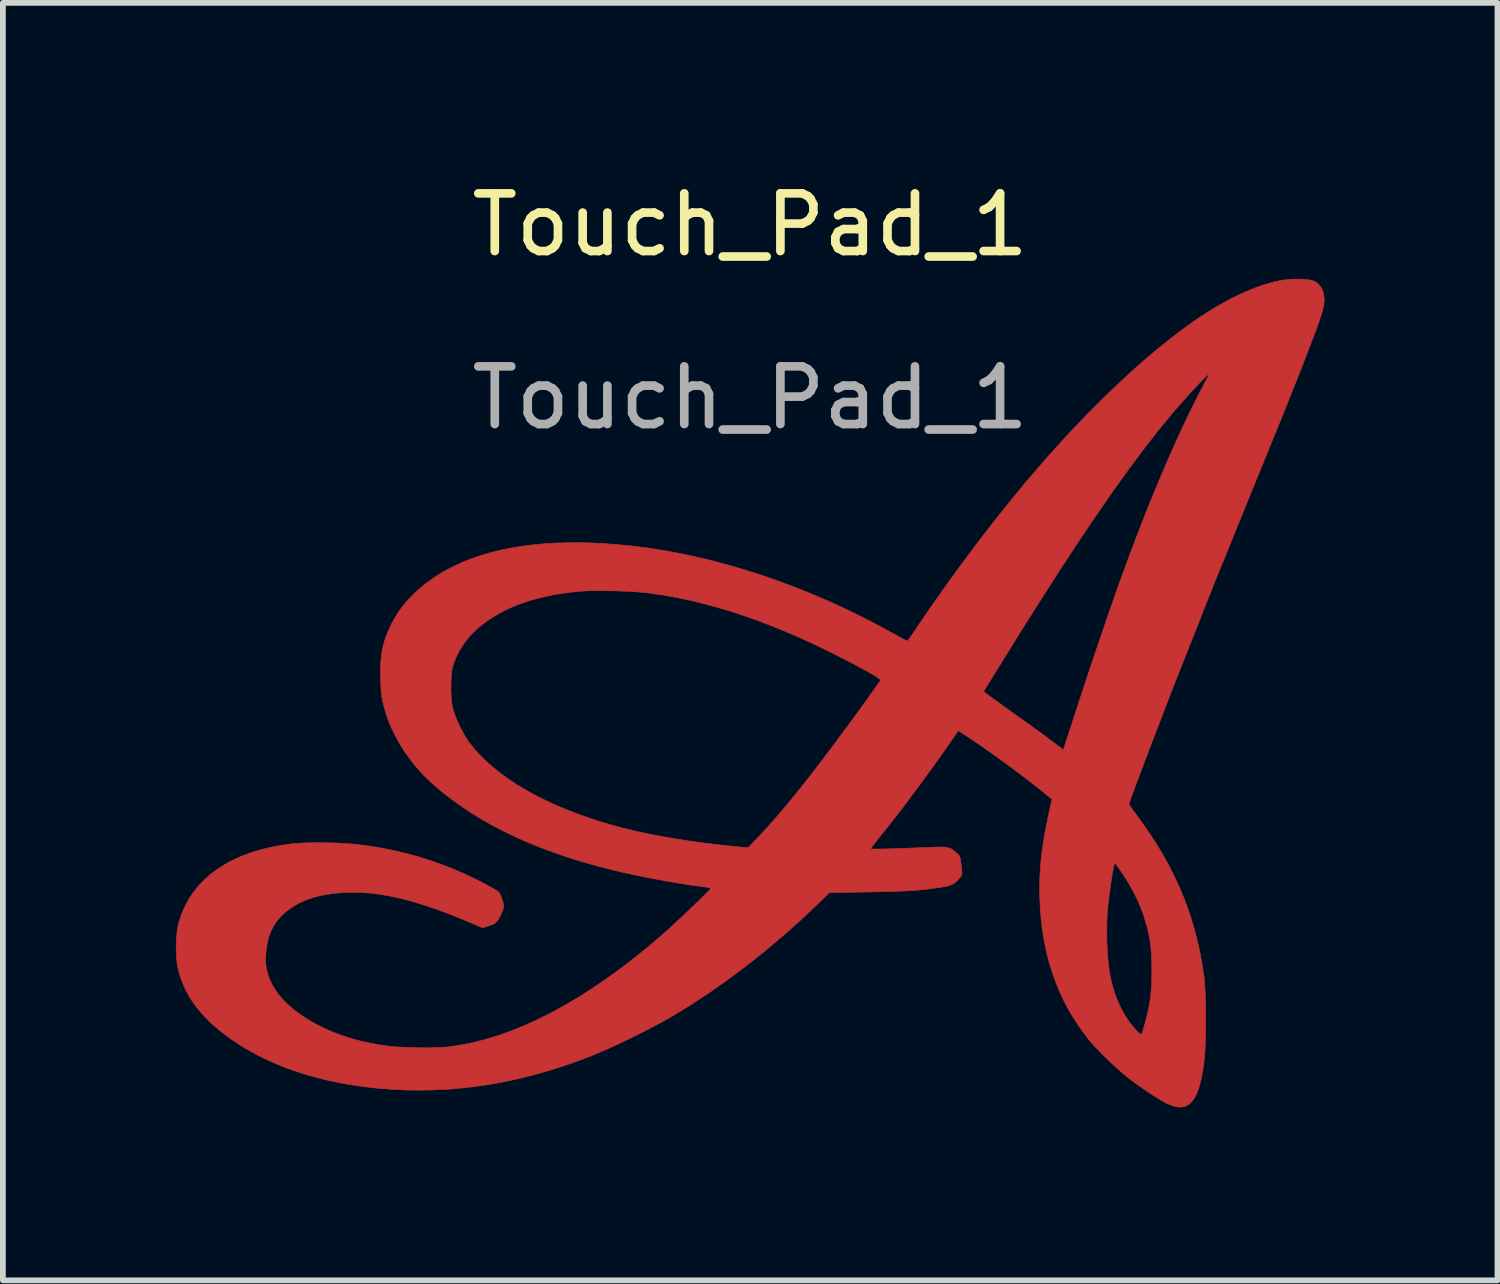
<source format=kicad_pcb>
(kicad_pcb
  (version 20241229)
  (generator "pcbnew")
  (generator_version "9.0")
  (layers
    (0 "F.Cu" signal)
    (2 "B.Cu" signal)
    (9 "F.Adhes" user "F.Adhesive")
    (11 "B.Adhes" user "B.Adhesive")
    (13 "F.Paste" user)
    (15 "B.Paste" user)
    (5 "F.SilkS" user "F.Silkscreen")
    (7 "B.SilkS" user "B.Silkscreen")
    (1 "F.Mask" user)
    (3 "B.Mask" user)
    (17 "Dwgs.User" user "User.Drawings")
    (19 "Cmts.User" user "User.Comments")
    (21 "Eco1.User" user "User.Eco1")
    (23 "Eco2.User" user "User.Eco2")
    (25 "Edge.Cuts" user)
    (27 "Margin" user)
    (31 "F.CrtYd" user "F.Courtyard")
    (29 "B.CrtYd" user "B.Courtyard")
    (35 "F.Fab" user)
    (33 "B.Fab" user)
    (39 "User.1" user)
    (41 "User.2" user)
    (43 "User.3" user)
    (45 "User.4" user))
  (footprint "Touch_Pad_1"
    (layer "F.Cu")
    (at 9.958 1.348)
    (property "Reference" "Touch_Pad_1" (at 0 -0.5 0) (unlocked yes) (layer "F.SilkS") (effects (font (size 1 1) (thickness 0.15))))
    (attr smd)
    (fp_poly (pts (xy 9.555 0.443) (xy 9.597 0.445) (xy 9.637 0.448) (xy 9.674 0.453) (xy 9.707 0.458) (xy 9.737 0.465) (xy 9.763 0.472) (xy 9.784 0.481) (xy 9.799 0.489) (xy 9.812 0.497) (xy 9.826 0.506) (xy 9.838 0.516) (xy 9.85 0.527) (xy 9.861 0.538) (xy 9.872 0.549) (xy 9.882 0.562) (xy 9.9 0.588) (xy 9.916 0.617) (xy 9.929 0.648) (xy 9.939 0.682) (xy 9.946 0.717) (xy 9.951 0.754) (xy 9.953 0.792) (xy 9.952 0.832) (xy 9.948 0.874) (xy 9.942 0.916) (xy 9.932 0.96) (xy 9.92 1.005) (xy 9.871 1.157) (xy 9.796 1.365) (xy 9.571 1.954) (xy 9.24 2.783) (xy 8.8 3.861) (xy 8.03 5.757) (xy 7.339 7.503) (xy 7.069 8.203) (xy 6.821 8.855) (xy 6.639 9.341) (xy 6.587 9.485) (xy 6.569 9.542) (xy 6.569 9.545) (xy 6.571 9.55) (xy 6.579 9.564) (xy 6.591 9.583) (xy 6.608 9.608) (xy 6.628 9.637) (xy 6.65 9.669) (xy 6.676 9.703) (xy 6.703 9.74) (xy 6.824 9.906) (xy 6.938 10.073) (xy 7.045 10.239) (xy 7.146 10.406) (xy 7.24 10.573) (xy 7.327 10.741) (xy 7.408 10.911) (xy 7.483 11.081) (xy 7.551 11.254) (xy 7.614 11.429) (xy 7.67 11.606) (xy 7.721 11.785) (xy 7.766 11.968) (xy 7.806 12.154) (xy 7.84 12.343) (xy 7.869 12.536) (xy 7.882 12.676) (xy 7.892 12.857) (xy 7.898 13.064) (xy 7.899 13.285) (xy 7.897 13.506) (xy 7.891 13.714) (xy 7.881 13.896) (xy 7.867 14.038) (xy 7.849 14.16) (xy 7.829 14.271) (xy 7.818 14.322) (xy 7.806 14.37) (xy 7.794 14.416) (xy 7.781 14.459) (xy 7.767 14.499) (xy 7.753 14.537) (xy 7.738 14.572) (xy 7.723 14.604) (xy 7.706 14.634) (xy 7.689 14.662) (xy 7.671 14.686) (xy 7.652 14.708) (xy 7.633 14.728) (xy 7.612 14.745) (xy 7.591 14.76) (xy 7.569 14.772) (xy 7.546 14.782) (xy 7.522 14.79) (xy 7.497 14.795) (xy 7.472 14.798) (xy 7.445 14.798) (xy 7.417 14.796) (xy 7.389 14.792) (xy 7.359 14.785) (xy 7.328 14.777) (xy 7.297 14.766) (xy 7.264 14.752) (xy 7.23 14.737) (xy 7.2 14.722) (xy 7.165 14.703) (xy 7.087 14.658) (xy 6.998 14.602) (xy 6.902 14.54) (xy 6.804 14.473) (xy 6.707 14.405) (xy 6.616 14.337) (xy 6.533 14.273) (xy 6.451 14.204) (xy 6.361 14.124) (xy 6.267 14.038) (xy 6.174 13.948) (xy 6.084 13.859) (xy 6 13.772) (xy 5.927 13.693) (xy 5.896 13.657) (xy 5.868 13.624) (xy 5.77 13.496) (xy 5.679 13.365) (xy 5.593 13.231) (xy 5.513 13.094) (xy 5.439 12.953) (xy 5.371 12.81) (xy 5.31 12.662) (xy 5.254 12.512) (xy 5.204 12.357) (xy 5.16 12.2) (xy 5.122 12.039) (xy 5.09 11.874) (xy 5.077 11.791) (xy 6.183 11.791) (xy 6.186 11.942) (xy 6.193 12.091) (xy 6.203 12.231) (xy 6.216 12.359) (xy 6.232 12.469) (xy 6.244 12.532) (xy 6.257 12.595) (xy 6.272 12.657) (xy 6.289 12.719) (xy 6.307 12.779) (xy 6.327 12.838) (xy 6.348 12.896) (xy 6.37 12.952) (xy 6.394 13.007) (xy 6.419 13.061) (xy 6.445 13.113) (xy 6.472 13.163) (xy 6.501 13.212) (xy 6.531 13.259) (xy 6.561 13.304) (xy 6.593 13.347) (xy 6.611 13.37) (xy 6.629 13.392) (xy 6.646 13.412) (xy 6.662 13.431) (xy 6.678 13.449) (xy 6.693 13.466) (xy 6.708 13.481) (xy 6.721 13.494) (xy 6.734 13.505) (xy 6.745 13.515) (xy 6.755 13.523) (xy 6.76 13.526) (xy 6.764 13.529) (xy 6.768 13.531) (xy 6.772 13.533) (xy 6.775 13.534) (xy 6.778 13.535) (xy 6.78 13.535) (xy 6.782 13.535) (xy 6.784 13.534) (xy 6.786 13.532) (xy 6.792 13.52) (xy 6.799 13.502) (xy 6.817 13.448) (xy 6.837 13.378) (xy 6.859 13.296) (xy 6.881 13.209) (xy 6.902 13.122) (xy 6.919 13.04) (xy 6.932 12.97) (xy 6.94 12.916) (xy 6.946 12.857) (xy 6.957 12.728) (xy 6.963 12.586) (xy 6.965 12.439) (xy 6.963 12.292) (xy 6.957 12.151) (xy 6.948 12.023) (xy 6.941 11.965) (xy 6.934 11.913) (xy 6.92 11.839) (xy 6.904 11.765) (xy 6.887 11.691) (xy 6.867 11.618) (xy 6.845 11.546) (xy 6.822 11.473) (xy 6.796 11.401) (xy 6.768 11.33) (xy 6.738 11.258) (xy 6.706 11.187) (xy 6.672 11.117) (xy 6.636 11.047) (xy 6.597 10.977) (xy 6.557 10.908) (xy 6.514 10.839) (xy 6.47 10.77) (xy 6.442 10.729) (xy 6.415 10.69) (xy 6.391 10.655) (xy 6.369 10.624) (xy 6.351 10.599) (xy 6.336 10.58) (xy 6.331 10.573) (xy 6.326 10.568) (xy 6.323 10.565) (xy 6.322 10.564) (xy 6.322 10.564) (xy 6.318 10.57) (xy 6.312 10.588) (xy 6.298 10.654) (xy 6.28 10.751) (xy 6.261 10.871) (xy 6.223 11.138) (xy 6.208 11.265) (xy 6.196 11.375) (xy 6.188 11.502) (xy 6.184 11.643) (xy 6.183 11.791) (xy 5.077 11.791) (xy 5.064 11.706) (xy 5.044 11.535) (xy 5.03 11.36) (xy 5.022 11.181) (xy 5.019 11.002) (xy 5.022 10.827) (xy 5.032 10.653) (xy 5.047 10.478) (xy 5.069 10.298) (xy 5.099 10.112) (xy 5.135 9.917) (xy 5.179 9.71) (xy 5.233 9.463) (xy 5.149 9.392) (xy 5.018 9.285) (xy 4.857 9.158) (xy 4.674 9.019) (xy 4.479 8.874) (xy 4.281 8.729) (xy 4.089 8.593) (xy 3.913 8.471) (xy 3.76 8.369) (xy 3.607 8.272) (xy 3.471 8.47) (xy 3.328 8.675) (xy 3.176 8.887) (xy 2.862 9.316) (xy 2.705 9.526) (xy 2.551 9.727) (xy 2.404 9.915) (xy 2.266 10.087) (xy 2.198 10.174) (xy 2.141 10.246) (xy 2.119 10.275) (xy 2.102 10.297) (xy 2.092 10.312) (xy 2.089 10.316) (xy 2.088 10.318) (xy 2.092 10.32) (xy 2.103 10.322) (xy 2.146 10.324) (xy 2.32 10.323) (xy 2.608 10.314) (xy 3.013 10.299) (xy 3.157 10.293) (xy 3.215 10.291) (xy 3.266 10.29) (xy 3.309 10.29) (xy 3.329 10.29) (xy 3.346 10.29) (xy 3.363 10.291) (xy 3.378 10.292) (xy 3.393 10.294) (xy 3.406 10.295) (xy 3.418 10.297) (xy 3.429 10.3) (xy 3.44 10.302) (xy 3.45 10.306) (xy 3.46 10.309) (xy 3.469 10.313) (xy 3.478 10.318) (xy 3.487 10.323) (xy 3.496 10.328) (xy 3.505 10.334) (xy 3.514 10.34) (xy 3.523 10.347) (xy 3.543 10.362) (xy 3.565 10.38) (xy 3.59 10.402) (xy 3.6 10.411) (xy 3.609 10.421) (xy 3.617 10.431) (xy 3.624 10.441) (xy 3.63 10.453) (xy 3.635 10.466) (xy 3.64 10.481) (xy 3.644 10.498) (xy 3.648 10.518) (xy 3.651 10.541) (xy 3.659 10.598) (xy 3.667 10.673) (xy 3.669 10.69) (xy 3.67 10.705) (xy 3.671 10.719) (xy 3.672 10.731) (xy 3.672 10.736) (xy 3.672 10.742) (xy 3.671 10.747) (xy 3.671 10.752) (xy 3.67 10.756) (xy 3.67 10.761) (xy 3.669 10.765) (xy 3.667 10.769) (xy 3.666 10.773) (xy 3.664 10.778) (xy 3.662 10.782) (xy 3.66 10.786) (xy 3.658 10.79) (xy 3.655 10.794) (xy 3.652 10.798) (xy 3.649 10.803) (xy 3.642 10.812) (xy 3.633 10.822) (xy 3.623 10.833) (xy 3.612 10.846) (xy 3.596 10.863) (xy 3.581 10.879) (xy 3.566 10.893) (xy 3.551 10.906) (xy 3.536 10.917) (xy 3.521 10.927) (xy 3.505 10.936) (xy 3.488 10.944) (xy 3.469 10.952) (xy 3.448 10.958) (xy 3.425 10.965) (xy 3.399 10.971) (xy 3.37 10.976) (xy 3.337 10.982) (xy 3.261 10.994) (xy 3.138 11.011) (xy 3.018 11.026) (xy 2.897 11.037) (xy 2.766 11.046) (xy 2.62 11.054) (xy 2.453 11.06) (xy 2.027 11.07) (xy 1.374 11.08) (xy 1.162 11.285) (xy 0.866 11.564) (xy 0.56 11.836) (xy 0.247 12.099) (xy -0.071 12.351) (xy -0.393 12.592) (xy -0.716 12.819) (xy -1.039 13.031) (xy -1.36 13.227) (xy -1.508 13.311) (xy -1.678 13.402) (xy -1.863 13.497) (xy -2.055 13.593) (xy -2.247 13.685) (xy -2.432 13.771) (xy -2.604 13.847) (xy -2.754 13.91) (xy -3.004 14.004) (xy -3.253 14.091) (xy -3.502 14.169) (xy -3.75 14.239) (xy -3.997 14.301) (xy -4.244 14.355) (xy -4.491 14.401) (xy -4.737 14.438) (xy -4.983 14.467) (xy -5.228 14.488) (xy -5.474 14.501) (xy -5.719 14.506) (xy -5.965 14.503) (xy -6.211 14.491) (xy -6.457 14.472) (xy -6.703 14.444) (xy -6.864 14.421) (xy -7.022 14.395) (xy -7.179 14.365) (xy -7.332 14.332) (xy -7.483 14.295) (xy -7.631 14.255) (xy -7.776 14.211) (xy -7.918 14.164) (xy -8.056 14.114) (xy -8.191 14.06) (xy -8.323 14.003) (xy -8.45 13.943) (xy -8.574 13.88) (xy -8.694 13.814) (xy -8.81 13.745) (xy -8.922 13.673) (xy -9.024 13.602) (xy -9.121 13.531) (xy -9.212 13.459) (xy -9.297 13.387) (xy -9.377 13.313) (xy -9.451 13.239) (xy -9.52 13.164) (xy -9.583 13.087) (xy -9.642 13.01) (xy -9.695 12.93) (xy -9.744 12.849) (xy -9.788 12.767) (xy -9.827 12.682) (xy -9.861 12.595) (xy -9.891 12.507) (xy -9.917 12.416) (xy -9.926 12.376) (xy -9.933 12.332) (xy -9.94 12.284) (xy -9.945 12.233) (xy -9.949 12.18) (xy -9.951 12.125) (xy -9.953 12.069) (xy -9.953 12.012) (xy -9.952 11.955) (xy -9.949 11.898) (xy -9.946 11.843) (xy -9.941 11.79) (xy -9.935 11.739) (xy -9.928 11.692) (xy -9.919 11.648) (xy -9.91 11.608) (xy -9.865 11.468) (xy -9.81 11.335) (xy -9.743 11.209) (xy -9.665 11.089) (xy -9.577 10.976) (xy -9.478 10.871) (xy -9.369 10.772) (xy -9.25 10.682) (xy -9.12 10.598) (xy -8.982 10.522) (xy -8.833 10.454) (xy -8.676 10.394) (xy -8.509 10.342) (xy -8.334 10.298) (xy -8.15 10.263) (xy -7.957 10.235) (xy -7.833 10.224) (xy -7.688 10.217) (xy -7.529 10.214) (xy -7.361 10.215) (xy -7.192 10.219) (xy -7.026 10.228) (xy -6.87 10.239) (xy -6.731 10.255) (xy -6.588 10.275) (xy -6.446 10.298) (xy -6.304 10.324) (xy -6.163 10.354) (xy -6.023 10.387) (xy -5.884 10.422) (xy -5.746 10.461) (xy -5.609 10.504) (xy -5.474 10.549) (xy -5.339 10.597) (xy -5.207 10.648) (xy -5.075 10.702) (xy -4.945 10.759) (xy -4.817 10.819) (xy -4.691 10.882) (xy -4.567 10.948) (xy -4.531 10.967) (xy -4.5 10.984) (xy -4.472 11) (xy -4.447 11.014) (xy -4.426 11.026) (xy -4.408 11.037) (xy -4.4 11.043) (xy -4.392 11.048) (xy -4.385 11.053) (xy -4.379 11.058) (xy -4.373 11.062) (xy -4.368 11.067) (xy -4.363 11.072) (xy -4.358 11.076) (xy -4.354 11.081) (xy -4.35 11.085) (xy -4.347 11.09) (xy -4.344 11.094) (xy -4.341 11.099) (xy -4.338 11.104) (xy -4.335 11.109) (xy -4.333 11.114) (xy -4.328 11.125) (xy -4.323 11.137) (xy -4.312 11.168) (xy -4.303 11.195) (xy -4.294 11.22) (xy -4.288 11.243) (xy -4.283 11.263) (xy -4.279 11.281) (xy -4.277 11.29) (xy -4.277 11.299) (xy -4.276 11.307) (xy -4.276 11.315) (xy -4.276 11.323) (xy -4.277 11.331) (xy -4.277 11.339) (xy -4.279 11.347) (xy -4.28 11.355) (xy -4.283 11.363) (xy -4.288 11.379) (xy -4.294 11.397) (xy -4.303 11.417) (xy -4.312 11.438) (xy -4.323 11.461) (xy -4.335 11.485) (xy -4.347 11.507) (xy -4.358 11.526) (xy -4.368 11.544) (xy -4.379 11.56) (xy -4.39 11.574) (xy -4.401 11.586) (xy -4.407 11.592) (xy -4.413 11.598) (xy -4.419 11.603) (xy -4.426 11.608) (xy -4.432 11.613) (xy -4.439 11.617) (xy -4.454 11.626) (xy -4.47 11.634) (xy -4.488 11.641) (xy -4.508 11.648) (xy -4.529 11.655) (xy -4.553 11.662) (xy -4.643 11.689) (xy -4.87 11.592) (xy -5.063 11.512) (xy -5.248 11.439) (xy -5.425 11.374) (xy -5.595 11.315) (xy -5.758 11.263) (xy -5.915 11.217) (xy -6.067 11.178) (xy -6.214 11.146) (xy -6.356 11.119) (xy -6.495 11.099) (xy -6.631 11.085) (xy -6.763 11.077) (xy -6.894 11.075) (xy -7.023 11.078) (xy -7.152 11.087) (xy -7.28 11.102) (xy -7.377 11.117) (xy -7.471 11.136) (xy -7.561 11.16) (xy -7.647 11.188) (xy -7.689 11.203) (xy -7.73 11.22) (xy -7.769 11.237) (xy -7.808 11.255) (xy -7.846 11.275) (xy -7.882 11.295) (xy -7.917 11.316) (xy -7.952 11.338) (xy -7.985 11.361) (xy -8.017 11.385) (xy -8.048 11.41) (xy -8.077 11.435) (xy -8.106 11.462) (xy -8.133 11.489) (xy -8.159 11.517) (xy -8.184 11.546) (xy -8.207 11.575) (xy -8.229 11.606) (xy -8.25 11.637) (xy -8.269 11.669) (xy -8.287 11.701) (xy -8.304 11.735) (xy -8.319 11.769) (xy -8.333 11.804) (xy -8.342 11.829) (xy -8.35 11.857) (xy -8.359 11.887) (xy -8.366 11.919) (xy -8.373 11.953) (xy -8.379 11.987) (xy -8.39 12.058) (xy -8.398 12.129) (xy -8.4 12.164) (xy -8.402 12.198) (xy -8.403 12.231) (xy -8.403 12.262) (xy -8.402 12.29) (xy -8.4 12.317) (xy -8.39 12.382) (xy -8.377 12.446) (xy -8.359 12.509) (xy -8.337 12.571) (xy -8.31 12.632) (xy -8.28 12.692) (xy -8.245 12.751) (xy -8.205 12.809) (xy -8.162 12.866) (xy -8.114 12.922) (xy -8.061 12.977) (xy -8.004 13.031) (xy -7.943 13.085) (xy -7.878 13.137) (xy -7.808 13.189) (xy -7.733 13.239) (xy -7.658 13.287) (xy -7.581 13.332) (xy -7.502 13.375) (xy -7.421 13.416) (xy -7.338 13.455) (xy -7.252 13.491) (xy -7.165 13.526) (xy -7.076 13.558) (xy -6.984 13.589) (xy -6.891 13.617) (xy -6.796 13.643) (xy -6.698 13.666) (xy -6.599 13.688) (xy -6.498 13.707) (xy -6.395 13.724) (xy -6.29 13.739) (xy -6.184 13.75) (xy -6.056 13.759) (xy -5.915 13.765) (xy -5.768 13.769) (xy -5.622 13.771) (xy -5.484 13.769) (xy -5.363 13.765) (xy -5.265 13.758) (xy -5.051 13.728) (xy -4.833 13.686) (xy -4.612 13.631) (xy -4.388 13.564) (xy -4.161 13.484) (xy -3.932 13.392) (xy -3.7 13.288) (xy -3.465 13.171) (xy -3.228 13.042) (xy -2.989 12.901) (xy -2.748 12.748) (xy -2.505 12.583) (xy -2.261 12.407) (xy -2.015 12.219) (xy -1.767 12.019) (xy -1.519 11.807) (xy -1.42 11.719) (xy -1.296 11.604) (xy -1.158 11.475) (xy -1.018 11.342) (xy -0.888 11.217) (xy -0.781 11.112) (xy -0.708 11.038) (xy -0.688 11.016) (xy -0.681 11.006) (xy -0.681 11.006) (xy -0.682 11.005) (xy -0.685 11.003) (xy -0.689 11.001) (xy -0.695 11) (xy -0.712 10.995) (xy -0.734 10.991) (xy -0.761 10.986) (xy -0.791 10.981) (xy -0.825 10.976) (xy -0.861 10.971) (xy -0.986 10.955) (xy -1.132 10.933) (xy -1.464 10.878) (xy -1.81 10.813) (xy -2.127 10.747) (xy -2.398 10.684) (xy -2.661 10.616) (xy -2.915 10.543) (xy -3.162 10.467) (xy -3.4 10.385) (xy -3.631 10.299) (xy -3.854 10.209) (xy -4.069 10.114) (xy -4.276 10.014) (xy -4.476 9.91) (xy -4.668 9.801) (xy -4.852 9.687) (xy -5.029 9.568) (xy -5.199 9.445) (xy -5.361 9.317) (xy -5.516 9.184) (xy -5.589 9.116) (xy -5.66 9.045) (xy -5.729 8.971) (xy -5.795 8.895) (xy -5.859 8.816) (xy -5.92 8.736) (xy -5.978 8.654) (xy -6.033 8.57) (xy -6.085 8.485) (xy -6.133 8.399) (xy -6.178 8.312) (xy -6.219 8.225) (xy -6.257 8.137) (xy -6.29 8.049) (xy -6.32 7.961) (xy -6.345 7.874) (xy -6.361 7.81) (xy -6.374 7.753) (xy -6.384 7.7) (xy -6.392 7.648) (xy -6.398 7.592) (xy -6.402 7.529) (xy -6.403 7.52) (xy -5.189 7.52) (xy -5.187 7.63) (xy -5.18 7.735) (xy -5.175 7.783) (xy -5.169 7.827) (xy -5.162 7.866) (xy -5.154 7.9) (xy -5.145 7.931) (xy -5.134 7.965) (xy -5.121 8) (xy -5.106 8.038) (xy -5.073 8.117) (xy -5.035 8.197) (xy -4.994 8.277) (xy -4.953 8.352) (xy -4.933 8.386) (xy -4.913 8.418) (xy -4.894 8.447) (xy -4.876 8.473) (xy -4.786 8.586) (xy -4.687 8.695) (xy -4.578 8.802) (xy -4.46 8.907) (xy -4.333 9.008) (xy -4.197 9.107) (xy -4.053 9.203) (xy -3.899 9.296) (xy -3.738 9.385) (xy -3.568 9.471) (xy -3.39 9.554) (xy -3.204 9.633) (xy -3.01 9.709) (xy -2.809 9.78) (xy -2.601 9.849) (xy -2.385 9.913) (xy -2.154 9.974) (xy -1.908 10.031) (xy -1.647 10.085) (xy -1.373 10.134) (xy -1.087 10.18) (xy -0.789 10.221) (xy -0.48 10.258) (xy -0.161 10.29) (xy -0.037 10.302) (xy 0.13 10.128) (xy 0.304 9.942) (xy 0.491 9.73) (xy 0.693 9.489) (xy 0.911 9.219) (xy 1.147 8.917) (xy 1.401 8.582) (xy 1.676 8.212) (xy 1.972 7.807) (xy 2.08 7.655) (xy 2.125 7.591) (xy 4.048 7.591) (xy 4.096 7.63) (xy 4.148 7.67) (xy 4.256 7.748) (xy 4.404 7.855) (xy 4.575 7.978) (xy 4.76 8.109) (xy 4.943 8.241) (xy 5.103 8.358) (xy 5.219 8.443) (xy 5.431 8.604) (xy 5.477 8.459) (xy 5.886 7.21) (xy 6.238 6.175) (xy 6.399 5.718) (xy 6.555 5.291) (xy 6.708 4.887) (xy 6.86 4.496) (xy 6.98 4.198) (xy 7.105 3.898) (xy 7.233 3.599) (xy 7.362 3.309) (xy 7.488 3.032) (xy 7.61 2.775) (xy 7.725 2.542) (xy 7.83 2.34) (xy 7.857 2.29) (xy 7.881 2.243) (xy 7.903 2.2) (xy 7.922 2.163) (xy 7.938 2.132) (xy 7.949 2.108) (xy 7.953 2.099) (xy 7.955 2.093) (xy 7.957 2.088) (xy 7.957 2.087) (xy 7.957 2.086) (xy 7.956 2.086) (xy 7.955 2.086) (xy 7.952 2.088) (xy 7.948 2.091) (xy 7.942 2.096) (xy 7.926 2.109) (xy 7.906 2.128) (xy 7.882 2.151) (xy 7.854 2.179) (xy 7.824 2.209) (xy 7.793 2.242) (xy 7.561 2.491) (xy 7.323 2.764) (xy 7.077 3.063) (xy 6.821 3.391) (xy 6.553 3.751) (xy 6.272 4.144) (xy 5.975 4.574) (xy 5.66 5.043) (xy 5.336 5.537) (xy 5.027 6.019) (xy 4.684 6.563) (xy 4.26 7.247) (xy 4.048 7.591) (xy 2.125 7.591) (xy 2.17 7.528) (xy 2.232 7.438) (xy 2.25 7.412) (xy 2.258 7.399) (xy 2.258 7.397) (xy 2.258 7.395) (xy 2.256 7.391) (xy 2.253 7.386) (xy 2.248 7.38) (xy 2.24 7.373) (xy 2.231 7.365) (xy 2.219 7.357) (xy 2.206 7.348) (xy 2.173 7.326) (xy 2.131 7.301) (xy 2.082 7.273) (xy 2.023 7.24) (xy 1.769 7.103) (xy 1.518 6.973) (xy 1.27 6.85) (xy 1.024 6.733) (xy 0.781 6.624) (xy 0.541 6.522) (xy 0.303 6.427) (xy 0.067 6.339) (xy -0.165 6.258) (xy -0.395 6.185) (xy -0.623 6.118) (xy -0.848 6.058) (xy -1.07 6.005) (xy -1.29 5.96) (xy -1.507 5.921) (xy -1.722 5.889) (xy -1.855 5.875) (xy -2.012 5.862) (xy -2.183 5.853) (xy -2.36 5.847) (xy -2.535 5.844) (xy -2.7 5.844) (xy -2.846 5.848) (xy -2.965 5.856) (xy -3.102 5.87) (xy -3.234 5.888) (xy -3.362 5.908) (xy -3.485 5.931) (xy -3.605 5.958) (xy -3.72 5.987) (xy -3.831 6.019) (xy -3.938 6.054) (xy -4.042 6.093) (xy -4.142 6.134) (xy -4.238 6.179) (xy -4.331 6.227) (xy -4.42 6.278) (xy -4.506 6.332) (xy -4.589 6.389) (xy -4.669 6.45) (xy -4.712 6.486) (xy -4.754 6.523) (xy -4.794 6.561) (xy -4.833 6.601) (xy -4.869 6.641) (xy -4.904 6.683) (xy -4.938 6.726) (xy -4.969 6.77) (xy -4.999 6.815) (xy -5.027 6.861) (xy -5.054 6.907) (xy -5.078 6.955) (xy -5.1 7.003) (xy -5.121 7.052) (xy -5.139 7.102) (xy -5.156 7.152) (xy -5.164 7.183) (xy -5.17 7.22) (xy -5.176 7.262) (xy -5.181 7.308) (xy -5.184 7.357) (xy -5.187 7.41) (xy -5.189 7.52) (xy -6.403 7.52) (xy -6.406 7.456) (xy -6.408 7.369) (xy -6.41 7.295) (xy -6.41 7.224) (xy -6.408 7.156) (xy -6.405 7.09) (xy -6.4 7.028) (xy -6.394 6.967) (xy -6.385 6.908) (xy -6.374 6.851) (xy -6.361 6.794) (xy -6.347 6.738) (xy -6.33 6.683) (xy -6.31 6.628) (xy -6.289 6.572) (xy -6.265 6.516) (xy -6.238 6.459) (xy -6.209 6.401) (xy -6.168 6.326) (xy -6.123 6.252) (xy -6.074 6.18) (xy -6.021 6.109) (xy -5.965 6.04) (xy -5.904 5.973) (xy -5.84 5.908) (xy -5.772 5.844) (xy -5.701 5.782) (xy -5.627 5.722) (xy -5.548 5.664) (xy -5.467 5.608) (xy -5.382 5.554) (xy -5.294 5.503) (xy -5.203 5.453) (xy -5.108 5.406) (xy -4.964 5.341) (xy -4.813 5.282) (xy -4.655 5.229) (xy -4.491 5.181) (xy -4.321 5.14) (xy -4.144 5.104) (xy -3.961 5.074) (xy -3.772 5.05) (xy -3.578 5.031) (xy -3.377 5.019) (xy -3.171 5.013) (xy -2.959 5.012) (xy -2.742 5.017) (xy -2.519 5.029) (xy -2.29 5.046) (xy -2.057 5.069) (xy -1.78 5.104) (xy -1.501 5.147) (xy -1.219 5.199) (xy -0.937 5.259) (xy -0.653 5.327) (xy -0.368 5.403) (xy -0.082 5.487) (xy 0.204 5.578) (xy 0.489 5.677) (xy 0.774 5.784) (xy 1.059 5.898) (xy 1.342 6.019) (xy 1.624 6.148) (xy 1.905 6.283) (xy 2.183 6.426) (xy 2.459 6.575) (xy 2.51 6.604) (xy 2.558 6.631) (xy 2.602 6.655) (xy 2.641 6.677) (xy 2.674 6.694) (xy 2.699 6.707) (xy 2.716 6.715) (xy 2.721 6.718) (xy 2.723 6.718) (xy 2.725 6.717) (xy 2.729 6.713) (xy 2.741 6.698) (xy 2.759 6.675) (xy 2.781 6.644) (xy 2.837 6.564) (xy 2.903 6.466) (xy 3.124 6.143) (xy 3.349 5.821) (xy 3.579 5.502) (xy 3.812 5.187) (xy 4.048 4.876) (xy 4.286 4.571) (xy 4.524 4.274) (xy 4.762 3.984) (xy 5.12 3.567) (xy 5.48 3.167) (xy 5.842 2.787) (xy 6.203 2.427) (xy 6.56 2.092) (xy 6.737 1.933) (xy 6.912 1.781) (xy 7.086 1.636) (xy 7.257 1.498) (xy 7.425 1.368) (xy 7.592 1.245) (xy 7.696 1.171) (xy 7.8 1.1) (xy 7.904 1.033) (xy 8.007 0.968) (xy 8.109 0.907) (xy 8.211 0.85) (xy 8.311 0.796) (xy 8.411 0.745) (xy 8.509 0.698) (xy 8.606 0.655) (xy 8.702 0.615) (xy 8.796 0.579) (xy 8.888 0.547) (xy 8.979 0.519) (xy 9.068 0.494) (xy 9.154 0.474) (xy 9.195 0.466) (xy 9.238 0.459) (xy 9.283 0.454) (xy 9.328 0.449) (xy 9.374 0.445) (xy 9.421 0.443) (xy 9.467 0.442) (xy 9.512 0.442)) (stroke (width 0.01) (type solid)) (fill yes) (layer "F.Cu"))
    (fp_poly (pts (xy 9.555 0.443) (xy 9.597 0.445) (xy 9.637 0.448) (xy 9.674 0.453) (xy 9.707 0.458) (xy 9.737 0.465) (xy 9.763 0.472) (xy 9.784 0.481) (xy 9.799 0.489) (xy 9.812 0.497) (xy 9.826 0.506) (xy 9.838 0.516) (xy 9.85 0.527) (xy 9.861 0.538) (xy 9.872 0.549) (xy 9.882 0.562) (xy 9.9 0.588) (xy 9.916 0.617) (xy 9.929 0.648) (xy 9.939 0.682) (xy 9.946 0.717) (xy 9.951 0.754) (xy 9.953 0.792) (xy 9.952 0.832) (xy 9.948 0.874) (xy 9.942 0.916) (xy 9.932 0.96) (xy 9.92 1.005) (xy 9.871 1.157) (xy 9.796 1.365) (xy 9.571 1.954) (xy 9.24 2.783) (xy 8.8 3.861) (xy 8.03 5.757) (xy 7.339 7.503) (xy 7.069 8.203) (xy 6.821 8.855) (xy 6.639 9.341) (xy 6.587 9.485) (xy 6.569 9.542) (xy 6.569 9.545) (xy 6.571 9.55) (xy 6.579 9.564) (xy 6.591 9.583) (xy 6.608 9.608) (xy 6.628 9.637) (xy 6.65 9.669) (xy 6.676 9.703) (xy 6.703 9.74) (xy 6.824 9.906) (xy 6.938 10.073) (xy 7.045 10.239) (xy 7.146 10.406) (xy 7.24 10.573) (xy 7.327 10.741) (xy 7.408 10.911) (xy 7.483 11.081) (xy 7.551 11.254) (xy 7.614 11.429) (xy 7.67 11.606) (xy 7.721 11.785) (xy 7.766 11.968) (xy 7.806 12.154) (xy 7.84 12.343) (xy 7.869 12.536) (xy 7.882 12.676) (xy 7.892 12.857) (xy 7.898 13.064) (xy 7.899 13.285) (xy 7.897 13.506) (xy 7.891 13.714) (xy 7.881 13.896) (xy 7.867 14.038) (xy 7.849 14.16) (xy 7.829 14.271) (xy 7.818 14.322) (xy 7.806 14.37) (xy 7.794 14.416) (xy 7.781 14.459) (xy 7.767 14.499) (xy 7.753 14.537) (xy 7.738 14.572) (xy 7.723 14.604) (xy 7.706 14.634) (xy 7.689 14.662) (xy 7.671 14.686) (xy 7.652 14.708) (xy 7.633 14.728) (xy 7.612 14.745) (xy 7.591 14.76) (xy 7.569 14.772) (xy 7.546 14.782) (xy 7.522 14.79) (xy 7.497 14.795) (xy 7.472 14.798) (xy 7.445 14.798) (xy 7.417 14.796) (xy 7.389 14.792) (xy 7.359 14.785) (xy 7.328 14.777) (xy 7.297 14.766) (xy 7.264 14.752) (xy 7.23 14.737) (xy 7.2 14.722) (xy 7.165 14.703) (xy 7.087 14.658) (xy 6.998 14.602) (xy 6.902 14.54) (xy 6.804 14.473) (xy 6.707 14.405) (xy 6.616 14.337) (xy 6.533 14.273) (xy 6.451 14.204) (xy 6.361 14.124) (xy 6.267 14.038) (xy 6.174 13.948) (xy 6.084 13.859) (xy 6 13.772) (xy 5.927 13.693) (xy 5.896 13.657) (xy 5.868 13.624) (xy 5.77 13.496) (xy 5.679 13.365) (xy 5.593 13.231) (xy 5.513 13.094) (xy 5.439 12.953) (xy 5.371 12.81) (xy 5.31 12.662) (xy 5.254 12.512) (xy 5.204 12.357) (xy 5.16 12.2) (xy 5.122 12.039) (xy 5.09 11.874) (xy 5.077 11.791) (xy 6.183 11.791) (xy 6.186 11.942) (xy 6.193 12.091) (xy 6.203 12.231) (xy 6.216 12.359) (xy 6.232 12.469) (xy 6.244 12.532) (xy 6.257 12.595) (xy 6.272 12.657) (xy 6.289 12.719) (xy 6.307 12.779) (xy 6.327 12.838) (xy 6.348 12.896) (xy 6.37 12.952) (xy 6.394 13.007) (xy 6.419 13.061) (xy 6.445 13.113) (xy 6.472 13.163) (xy 6.501 13.212) (xy 6.531 13.259) (xy 6.561 13.304) (xy 6.593 13.347) (xy 6.611 13.37) (xy 6.629 13.392) (xy 6.646 13.412) (xy 6.662 13.431) (xy 6.678 13.449) (xy 6.693 13.466) (xy 6.708 13.481) (xy 6.721 13.494) (xy 6.734 13.505) (xy 6.745 13.515) (xy 6.755 13.523) (xy 6.76 13.526) (xy 6.764 13.529) (xy 6.768 13.531) (xy 6.772 13.533) (xy 6.775 13.534) (xy 6.778 13.535) (xy 6.78 13.535) (xy 6.782 13.535) (xy 6.784 13.534) (xy 6.786 13.532) (xy 6.792 13.52) (xy 6.799 13.502) (xy 6.817 13.448) (xy 6.837 13.378) (xy 6.859 13.296) (xy 6.881 13.209) (xy 6.902 13.122) (xy 6.919 13.04) (xy 6.932 12.97) (xy 6.94 12.916) (xy 6.946 12.857) (xy 6.957 12.728) (xy 6.963 12.586) (xy 6.965 12.439) (xy 6.963 12.292) (xy 6.957 12.151) (xy 6.948 12.023) (xy 6.941 11.965) (xy 6.934 11.913) (xy 6.92 11.839) (xy 6.904 11.765) (xy 6.887 11.691) (xy 6.867 11.618) (xy 6.845 11.546) (xy 6.822 11.473) (xy 6.796 11.401) (xy 6.768 11.33) (xy 6.738 11.258) (xy 6.706 11.187) (xy 6.672 11.117) (xy 6.636 11.047) (xy 6.597 10.977) (xy 6.557 10.908) (xy 6.514 10.839) (xy 6.47 10.77) (xy 6.442 10.729) (xy 6.415 10.69) (xy 6.391 10.655) (xy 6.369 10.624) (xy 6.351 10.599) (xy 6.336 10.58) (xy 6.331 10.573) (xy 6.326 10.568) (xy 6.323 10.565) (xy 6.322 10.564) (xy 6.322 10.564) (xy 6.318 10.57) (xy 6.312 10.588) (xy 6.298 10.654) (xy 6.28 10.751) (xy 6.261 10.871) (xy 6.223 11.138) (xy 6.208 11.265) (xy 6.196 11.375) (xy 6.188 11.502) (xy 6.184 11.643) (xy 6.183 11.791) (xy 5.077 11.791) (xy 5.064 11.706) (xy 5.044 11.535) (xy 5.03 11.36) (xy 5.022 11.181) (xy 5.019 11.002) (xy 5.022 10.827) (xy 5.032 10.653) (xy 5.047 10.478) (xy 5.069 10.298) (xy 5.099 10.112) (xy 5.135 9.917) (xy 5.179 9.71) (xy 5.233 9.463) (xy 5.149 9.392) (xy 5.018 9.285) (xy 4.857 9.158) (xy 4.674 9.019) (xy 4.479 8.874) (xy 4.281 8.729) (xy 4.089 8.593) (xy 3.913 8.471) (xy 3.76 8.369) (xy 3.607 8.272) (xy 3.471 8.47) (xy 3.328 8.675) (xy 3.176 8.887) (xy 2.862 9.316) (xy 2.705 9.526) (xy 2.551 9.727) (xy 2.404 9.915) (xy 2.266 10.087) (xy 2.198 10.174) (xy 2.141 10.246) (xy 2.119 10.275) (xy 2.102 10.297) (xy 2.092 10.312) (xy 2.089 10.316) (xy 2.088 10.318) (xy 2.092 10.32) (xy 2.103 10.322) (xy 2.146 10.324) (xy 2.32 10.323) (xy 2.608 10.314) (xy 3.013 10.299) (xy 3.157 10.293) (xy 3.215 10.291) (xy 3.266 10.29) (xy 3.309 10.29) (xy 3.329 10.29) (xy 3.346 10.29) (xy 3.363 10.291) (xy 3.378 10.292) (xy 3.393 10.294) (xy 3.406 10.295) (xy 3.418 10.297) (xy 3.429 10.3) (xy 3.44 10.302) (xy 3.45 10.306) (xy 3.46 10.309) (xy 3.469 10.313) (xy 3.478 10.318) (xy 3.487 10.323) (xy 3.496 10.328) (xy 3.505 10.334) (xy 3.514 10.34) (xy 3.523 10.347) (xy 3.543 10.362) (xy 3.565 10.38) (xy 3.59 10.402) (xy 3.6 10.411) (xy 3.609 10.421) (xy 3.617 10.431) (xy 3.624 10.441) (xy 3.63 10.453) (xy 3.635 10.466) (xy 3.64 10.481) (xy 3.644 10.498) (xy 3.648 10.518) (xy 3.651 10.541) (xy 3.659 10.598) (xy 3.667 10.673) (xy 3.669 10.69) (xy 3.67 10.705) (xy 3.671 10.719) (xy 3.672 10.731) (xy 3.672 10.736) (xy 3.672 10.742) (xy 3.671 10.747) (xy 3.671 10.752) (xy 3.67 10.756) (xy 3.67 10.761) (xy 3.669 10.765) (xy 3.667 10.769) (xy 3.666 10.773) (xy 3.664 10.778) (xy 3.662 10.782) (xy 3.66 10.786) (xy 3.658 10.79) (xy 3.655 10.794) (xy 3.652 10.798) (xy 3.649 10.803) (xy 3.642 10.812) (xy 3.633 10.822) (xy 3.623 10.833) (xy 3.612 10.846) (xy 3.596 10.863) (xy 3.581 10.879) (xy 3.566 10.893) (xy 3.551 10.906) (xy 3.536 10.917) (xy 3.521 10.927) (xy 3.505 10.936) (xy 3.488 10.944) (xy 3.469 10.952) (xy 3.448 10.958) (xy 3.425 10.965) (xy 3.399 10.971) (xy 3.37 10.976) (xy 3.337 10.982) (xy 3.261 10.994) (xy 3.138 11.011) (xy 3.018 11.026) (xy 2.897 11.037) (xy 2.766 11.046) (xy 2.62 11.054) (xy 2.453 11.06) (xy 2.027 11.07) (xy 1.374 11.08) (xy 1.162 11.285) (xy 0.866 11.564) (xy 0.56 11.836) (xy 0.247 12.099) (xy -0.071 12.351) (xy -0.393 12.592) (xy -0.716 12.819) (xy -1.039 13.031) (xy -1.36 13.227) (xy -1.508 13.311) (xy -1.678 13.402) (xy -1.863 13.497) (xy -2.055 13.593) (xy -2.247 13.685) (xy -2.432 13.771) (xy -2.604 13.847) (xy -2.754 13.91) (xy -3.004 14.004) (xy -3.253 14.091) (xy -3.502 14.169) (xy -3.75 14.239) (xy -3.997 14.301) (xy -4.244 14.355) (xy -4.491 14.401) (xy -4.737 14.438) (xy -4.983 14.467) (xy -5.228 14.488) (xy -5.474 14.501) (xy -5.719 14.506) (xy -5.965 14.503) (xy -6.211 14.491) (xy -6.457 14.472) (xy -6.703 14.444) (xy -6.864 14.421) (xy -7.022 14.395) (xy -7.179 14.365) (xy -7.332 14.332) (xy -7.483 14.295) (xy -7.631 14.255) (xy -7.776 14.211) (xy -7.918 14.164) (xy -8.056 14.114) (xy -8.191 14.06) (xy -8.323 14.003) (xy -8.45 13.943) (xy -8.574 13.88) (xy -8.694 13.814) (xy -8.81 13.745) (xy -8.922 13.673) (xy -9.024 13.602) (xy -9.121 13.531) (xy -9.212 13.459) (xy -9.297 13.387) (xy -9.377 13.313) (xy -9.451 13.239) (xy -9.52 13.164) (xy -9.583 13.087) (xy -9.642 13.01) (xy -9.695 12.93) (xy -9.744 12.849) (xy -9.788 12.767) (xy -9.827 12.682) (xy -9.861 12.595) (xy -9.891 12.507) (xy -9.917 12.416) (xy -9.926 12.376) (xy -9.933 12.332) (xy -9.94 12.284) (xy -9.945 12.233) (xy -9.949 12.18) (xy -9.951 12.125) (xy -9.953 12.069) (xy -9.953 12.012) (xy -9.952 11.955) (xy -9.949 11.898) (xy -9.946 11.843) (xy -9.941 11.79) (xy -9.935 11.739) (xy -9.928 11.692) (xy -9.919 11.648) (xy -9.91 11.608) (xy -9.865 11.468) (xy -9.81 11.335) (xy -9.743 11.209) (xy -9.665 11.089) (xy -9.577 10.976) (xy -9.478 10.871) (xy -9.369 10.772) (xy -9.25 10.682) (xy -9.12 10.598) (xy -8.982 10.522) (xy -8.833 10.454) (xy -8.676 10.394) (xy -8.509 10.342) (xy -8.334 10.298) (xy -8.15 10.263) (xy -7.957 10.235) (xy -7.833 10.224) (xy -7.688 10.217) (xy -7.529 10.214) (xy -7.361 10.215) (xy -7.192 10.219) (xy -7.026 10.228) (xy -6.87 10.239) (xy -6.731 10.255) (xy -6.588 10.275) (xy -6.446 10.298) (xy -6.304 10.324) (xy -6.163 10.354) (xy -6.023 10.387) (xy -5.884 10.422) (xy -5.746 10.461) (xy -5.609 10.504) (xy -5.474 10.549) (xy -5.339 10.597) (xy -5.207 10.648) (xy -5.075 10.702) (xy -4.945 10.759) (xy -4.817 10.819) (xy -4.691 10.882) (xy -4.567 10.948) (xy -4.531 10.967) (xy -4.5 10.984) (xy -4.472 11) (xy -4.447 11.014) (xy -4.426 11.026) (xy -4.408 11.037) (xy -4.4 11.043) (xy -4.392 11.048) (xy -4.385 11.053) (xy -4.379 11.058) (xy -4.373 11.062) (xy -4.368 11.067) (xy -4.363 11.072) (xy -4.358 11.076) (xy -4.354 11.081) (xy -4.35 11.085) (xy -4.347 11.09) (xy -4.344 11.094) (xy -4.341 11.099) (xy -4.338 11.104) (xy -4.335 11.109) (xy -4.333 11.114) (xy -4.328 11.125) (xy -4.323 11.137) (xy -4.312 11.168) (xy -4.303 11.195) (xy -4.294 11.22) (xy -4.288 11.243) (xy -4.283 11.263) (xy -4.279 11.281) (xy -4.277 11.29) (xy -4.277 11.299) (xy -4.276 11.307) (xy -4.276 11.315) (xy -4.276 11.323) (xy -4.277 11.331) (xy -4.277 11.339) (xy -4.279 11.347) (xy -4.28 11.355) (xy -4.283 11.363) (xy -4.288 11.379) (xy -4.294 11.397) (xy -4.303 11.417) (xy -4.312 11.438) (xy -4.323 11.461) (xy -4.335 11.485) (xy -4.347 11.507) (xy -4.358 11.526) (xy -4.368 11.544) (xy -4.379 11.56) (xy -4.39 11.574) (xy -4.401 11.586) (xy -4.407 11.592) (xy -4.413 11.598) (xy -4.419 11.603) (xy -4.426 11.608) (xy -4.432 11.613) (xy -4.439 11.617) (xy -4.454 11.626) (xy -4.47 11.634) (xy -4.488 11.641) (xy -4.508 11.648) (xy -4.529 11.655) (xy -4.553 11.662) (xy -4.643 11.689) (xy -4.87 11.592) (xy -5.063 11.512) (xy -5.248 11.439) (xy -5.425 11.374) (xy -5.595 11.315) (xy -5.758 11.263) (xy -5.915 11.217) (xy -6.067 11.178) (xy -6.214 11.146) (xy -6.356 11.119) (xy -6.495 11.099) (xy -6.631 11.085) (xy -6.763 11.077) (xy -6.894 11.075) (xy -7.023 11.078) (xy -7.152 11.087) (xy -7.28 11.102) (xy -7.377 11.117) (xy -7.471 11.136) (xy -7.561 11.16) (xy -7.647 11.188) (xy -7.689 11.203) (xy -7.73 11.22) (xy -7.769 11.237) (xy -7.808 11.255) (xy -7.846 11.275) (xy -7.882 11.295) (xy -7.917 11.316) (xy -7.952 11.338) (xy -7.985 11.361) (xy -8.017 11.385) (xy -8.048 11.41) (xy -8.077 11.435) (xy -8.106 11.462) (xy -8.133 11.489) (xy -8.159 11.517) (xy -8.184 11.546) (xy -8.207 11.575) (xy -8.229 11.606) (xy -8.25 11.637) (xy -8.269 11.669) (xy -8.287 11.701) (xy -8.304 11.735) (xy -8.319 11.769) (xy -8.333 11.804) (xy -8.342 11.829) (xy -8.35 11.857) (xy -8.359 11.887) (xy -8.366 11.919) (xy -8.373 11.953) (xy -8.379 11.987) (xy -8.39 12.058) (xy -8.398 12.129) (xy -8.4 12.164) (xy -8.402 12.198) (xy -8.403 12.231) (xy -8.403 12.262) (xy -8.402 12.29) (xy -8.4 12.317) (xy -8.39 12.382) (xy -8.377 12.446) (xy -8.359 12.509) (xy -8.337 12.571) (xy -8.31 12.632) (xy -8.28 12.692) (xy -8.245 12.751) (xy -8.205 12.809) (xy -8.162 12.866) (xy -8.114 12.922) (xy -8.061 12.977) (xy -8.004 13.031) (xy -7.943 13.085) (xy -7.878 13.137) (xy -7.808 13.189) (xy -7.733 13.239) (xy -7.658 13.287) (xy -7.581 13.332) (xy -7.502 13.375) (xy -7.421 13.416) (xy -7.338 13.455) (xy -7.252 13.491) (xy -7.165 13.526) (xy -7.076 13.558) (xy -6.984 13.589) (xy -6.891 13.617) (xy -6.796 13.643) (xy -6.698 13.666) (xy -6.599 13.688) (xy -6.498 13.707) (xy -6.395 13.724) (xy -6.29 13.739) (xy -6.184 13.75) (xy -6.056 13.759) (xy -5.915 13.765) (xy -5.768 13.769) (xy -5.622 13.771) (xy -5.484 13.769) (xy -5.363 13.765) (xy -5.265 13.758) (xy -5.051 13.728) (xy -4.833 13.686) (xy -4.612 13.631) (xy -4.388 13.564) (xy -4.161 13.484) (xy -3.932 13.392) (xy -3.7 13.288) (xy -3.465 13.171) (xy -3.228 13.042) (xy -2.989 12.901) (xy -2.748 12.748) (xy -2.505 12.583) (xy -2.261 12.407) (xy -2.015 12.219) (xy -1.767 12.019) (xy -1.519 11.807) (xy -1.42 11.719) (xy -1.296 11.604) (xy -1.158 11.475) (xy -1.018 11.342) (xy -0.888 11.217) (xy -0.781 11.112) (xy -0.708 11.038) (xy -0.688 11.016) (xy -0.681 11.006) (xy -0.681 11.006) (xy -0.682 11.005) (xy -0.685 11.003) (xy -0.689 11.001) (xy -0.695 11) (xy -0.712 10.995) (xy -0.734 10.991) (xy -0.761 10.986) (xy -0.791 10.981) (xy -0.825 10.976) (xy -0.861 10.971) (xy -0.986 10.955) (xy -1.132 10.933) (xy -1.464 10.878) (xy -1.81 10.813) (xy -2.127 10.747) (xy -2.398 10.684) (xy -2.661 10.616) (xy -2.915 10.543) (xy -3.162 10.467) (xy -3.4 10.385) (xy -3.631 10.299) (xy -3.854 10.209) (xy -4.069 10.114) (xy -4.276 10.014) (xy -4.476 9.91) (xy -4.668 9.801) (xy -4.852 9.687) (xy -5.029 9.568) (xy -5.199 9.445) (xy -5.361 9.317) (xy -5.516 9.184) (xy -5.589 9.116) (xy -5.66 9.045) (xy -5.729 8.971) (xy -5.795 8.895) (xy -5.859 8.816) (xy -5.92 8.736) (xy -5.978 8.654) (xy -6.033 8.57) (xy -6.085 8.485) (xy -6.133 8.399) (xy -6.178 8.312) (xy -6.219 8.225) (xy -6.257 8.137) (xy -6.29 8.049) (xy -6.32 7.961) (xy -6.345 7.874) (xy -6.361 7.81) (xy -6.374 7.753) (xy -6.384 7.7) (xy -6.392 7.648) (xy -6.398 7.592) (xy -6.402 7.529) (xy -6.403 7.52) (xy -5.189 7.52) (xy -5.187 7.63) (xy -5.18 7.735) (xy -5.175 7.783) (xy -5.169 7.827) (xy -5.162 7.866) (xy -5.154 7.9) (xy -5.145 7.931) (xy -5.134 7.965) (xy -5.121 8) (xy -5.106 8.038) (xy -5.073 8.117) (xy -5.035 8.197) (xy -4.994 8.277) (xy -4.953 8.352) (xy -4.933 8.386) (xy -4.913 8.418) (xy -4.894 8.447) (xy -4.876 8.473) (xy -4.786 8.586) (xy -4.687 8.695) (xy -4.578 8.802) (xy -4.46 8.907) (xy -4.333 9.008) (xy -4.197 9.107) (xy -4.053 9.203) (xy -3.899 9.296) (xy -3.738 9.385) (xy -3.568 9.471) (xy -3.39 9.554) (xy -3.204 9.633) (xy -3.01 9.709) (xy -2.809 9.78) (xy -2.601 9.849) (xy -2.385 9.913) (xy -2.154 9.974) (xy -1.908 10.031) (xy -1.647 10.085) (xy -1.373 10.134) (xy -1.087 10.18) (xy -0.789 10.221) (xy -0.48 10.258) (xy -0.161 10.29) (xy -0.037 10.302) (xy 0.13 10.128) (xy 0.304 9.942) (xy 0.491 9.73) (xy 0.693 9.489) (xy 0.911 9.219) (xy 1.147 8.917) (xy 1.401 8.582) (xy 1.676 8.212) (xy 1.972 7.807) (xy 2.08 7.655) (xy 2.125 7.591) (xy 4.048 7.591) (xy 4.096 7.63) (xy 4.148 7.67) (xy 4.256 7.748) (xy 4.404 7.855) (xy 4.575 7.978) (xy 4.76 8.109) (xy 4.943 8.241) (xy 5.103 8.358) (xy 5.219 8.443) (xy 5.431 8.604) (xy 5.477 8.459) (xy 5.886 7.21) (xy 6.238 6.175) (xy 6.399 5.718) (xy 6.555 5.291) (xy 6.708 4.887) (xy 6.86 4.496) (xy 6.98 4.198) (xy 7.105 3.898) (xy 7.233 3.599) (xy 7.362 3.309) (xy 7.488 3.032) (xy 7.61 2.775) (xy 7.725 2.542) (xy 7.83 2.34) (xy 7.857 2.29) (xy 7.881 2.243) (xy 7.903 2.2) (xy 7.922 2.163) (xy 7.938 2.132) (xy 7.949 2.108) (xy 7.953 2.099) (xy 7.955 2.093) (xy 7.957 2.088) (xy 7.957 2.087) (xy 7.957 2.086) (xy 7.956 2.086) (xy 7.955 2.086) (xy 7.952 2.088) (xy 7.948 2.091) (xy 7.942 2.096) (xy 7.926 2.109) (xy 7.906 2.128) (xy 7.882 2.151) (xy 7.854 2.179) (xy 7.824 2.209) (xy 7.793 2.242) (xy 7.561 2.491) (xy 7.323 2.764) (xy 7.077 3.063) (xy 6.821 3.391) (xy 6.553 3.751) (xy 6.272 4.144) (xy 5.975 4.574) (xy 5.66 5.043) (xy 5.336 5.537) (xy 5.027 6.019) (xy 4.684 6.563) (xy 4.26 7.247) (xy 4.048 7.591) (xy 2.125 7.591) (xy 2.17 7.528) (xy 2.232 7.438) (xy 2.25 7.412) (xy 2.258 7.399) (xy 2.258 7.397) (xy 2.258 7.395) (xy 2.256 7.391) (xy 2.253 7.386) (xy 2.248 7.38) (xy 2.24 7.373) (xy 2.231 7.365) (xy 2.219 7.357) (xy 2.206 7.348) (xy 2.173 7.326) (xy 2.131 7.301) (xy 2.082 7.273) (xy 2.023 7.24) (xy 1.769 7.103) (xy 1.518 6.973) (xy 1.27 6.85) (xy 1.024 6.733) (xy 0.781 6.624) (xy 0.541 6.522) (xy 0.303 6.427) (xy 0.067 6.339) (xy -0.165 6.258) (xy -0.395 6.185) (xy -0.623 6.118) (xy -0.848 6.058) (xy -1.07 6.005) (xy -1.29 5.96) (xy -1.507 5.921) (xy -1.722 5.889) (xy -1.855 5.875) (xy -2.012 5.862) (xy -2.183 5.853) (xy -2.36 5.847) (xy -2.535 5.844) (xy -2.7 5.844) (xy -2.846 5.848) (xy -2.965 5.856) (xy -3.102 5.87) (xy -3.234 5.888) (xy -3.362 5.908) (xy -3.485 5.931) (xy -3.605 5.958) (xy -3.72 5.987) (xy -3.831 6.019) (xy -3.938 6.054) (xy -4.042 6.093) (xy -4.142 6.134) (xy -4.238 6.179) (xy -4.331 6.227) (xy -4.42 6.278) (xy -4.506 6.332) (xy -4.589 6.389) (xy -4.669 6.45) (xy -4.712 6.486) (xy -4.754 6.523) (xy -4.794 6.561) (xy -4.833 6.601) (xy -4.869 6.641) (xy -4.904 6.683) (xy -4.938 6.726) (xy -4.969 6.77) (xy -4.999 6.815) (xy -5.027 6.861) (xy -5.054 6.907) (xy -5.078 6.955) (xy -5.1 7.003) (xy -5.121 7.052) (xy -5.139 7.102) (xy -5.156 7.152) (xy -5.164 7.183) (xy -5.17 7.22) (xy -5.176 7.262) (xy -5.181 7.308) (xy -5.184 7.357) (xy -5.187 7.41) (xy -5.189 7.52) (xy -6.403 7.52) (xy -6.406 7.456) (xy -6.408 7.369) (xy -6.41 7.295) (xy -6.41 7.224) (xy -6.408 7.156) (xy -6.405 7.09) (xy -6.4 7.028) (xy -6.394 6.967) (xy -6.385 6.908) (xy -6.374 6.851) (xy -6.361 6.794) (xy -6.347 6.738) (xy -6.33 6.683) (xy -6.31 6.628) (xy -6.289 6.572) (xy -6.265 6.516) (xy -6.238 6.459) (xy -6.209 6.401) (xy -6.168 6.326) (xy -6.123 6.252) (xy -6.074 6.18) (xy -6.021 6.109) (xy -5.965 6.04) (xy -5.904 5.973) (xy -5.84 5.908) (xy -5.772 5.844) (xy -5.701 5.782) (xy -5.627 5.722) (xy -5.548 5.664) (xy -5.467 5.608) (xy -5.382 5.554) (xy -5.294 5.503) (xy -5.203 5.453) (xy -5.108 5.406) (xy -4.964 5.341) (xy -4.813 5.282) (xy -4.655 5.229) (xy -4.491 5.181) (xy -4.321 5.14) (xy -4.144 5.104) (xy -3.961 5.074) (xy -3.772 5.05) (xy -3.578 5.031) (xy -3.377 5.019) (xy -3.171 5.013) (xy -2.959 5.012) (xy -2.742 5.017) (xy -2.519 5.029) (xy -2.29 5.046) (xy -2.057 5.069) (xy -1.78 5.104) (xy -1.501 5.147) (xy -1.219 5.199) (xy -0.937 5.259) (xy -0.653 5.327) (xy -0.368 5.403) (xy -0.082 5.487) (xy 0.204 5.578) (xy 0.489 5.677) (xy 0.774 5.784) (xy 1.059 5.898) (xy 1.342 6.019) (xy 1.624 6.148) (xy 1.905 6.283) (xy 2.183 6.426) (xy 2.459 6.575) (xy 2.51 6.604) (xy 2.558 6.631) (xy 2.602 6.655) (xy 2.641 6.677) (xy 2.674 6.694) (xy 2.699 6.707) (xy 2.716 6.715) (xy 2.721 6.718) (xy 2.723 6.718) (xy 2.725 6.717) (xy 2.729 6.713) (xy 2.741 6.698) (xy 2.759 6.675) (xy 2.781 6.644) (xy 2.837 6.564) (xy 2.903 6.466) (xy 3.124 6.143) (xy 3.349 5.821) (xy 3.579 5.502) (xy 3.812 5.187) (xy 4.048 4.876) (xy 4.286 4.571) (xy 4.524 4.274) (xy 4.762 3.984) (xy 5.12 3.567) (xy 5.48 3.167) (xy 5.842 2.787) (xy 6.203 2.427) (xy 6.56 2.092) (xy 6.737 1.933) (xy 6.912 1.781) (xy 7.086 1.636) (xy 7.257 1.498) (xy 7.425 1.368) (xy 7.592 1.245) (xy 7.696 1.171) (xy 7.8 1.1) (xy 7.904 1.033) (xy 8.007 0.968) (xy 8.109 0.907) (xy 8.211 0.85) (xy 8.311 0.796) (xy 8.411 0.745) (xy 8.509 0.698) (xy 8.606 0.655) (xy 8.702 0.615) (xy 8.796 0.579) (xy 8.888 0.547) (xy 8.979 0.519) (xy 9.068 0.494) (xy 9.154 0.474) (xy 9.195 0.466) (xy 9.238 0.459) (xy 9.283 0.454) (xy 9.328 0.449) (xy 9.374 0.445) (xy 9.421 0.443) (xy 9.467 0.442) (xy 9.512 0.442)) (stroke (width 0.01) (type solid)) (fill yes) (layer "F.Mask"))
    (fp_text user "${REFERENCE}" (at 0 2.5 0) (unlocked yes) (layer "F.Fab") (effects (font (size 1 1) (thickness 0.15))))
    (pad "1" smd roundrect (at 3.092 7.627) (size 1.143 0.541) (layers "F.Cu" "F.Mask" "F.Paste") (roundrect_rratio 0.25)))
  (gr_rect
    (start -3 -3)
    (end 22.916 19.151)
    (stroke (width 0.1) (type default))
    (fill no)
    (layer "Edge.Cuts")))
</source>
